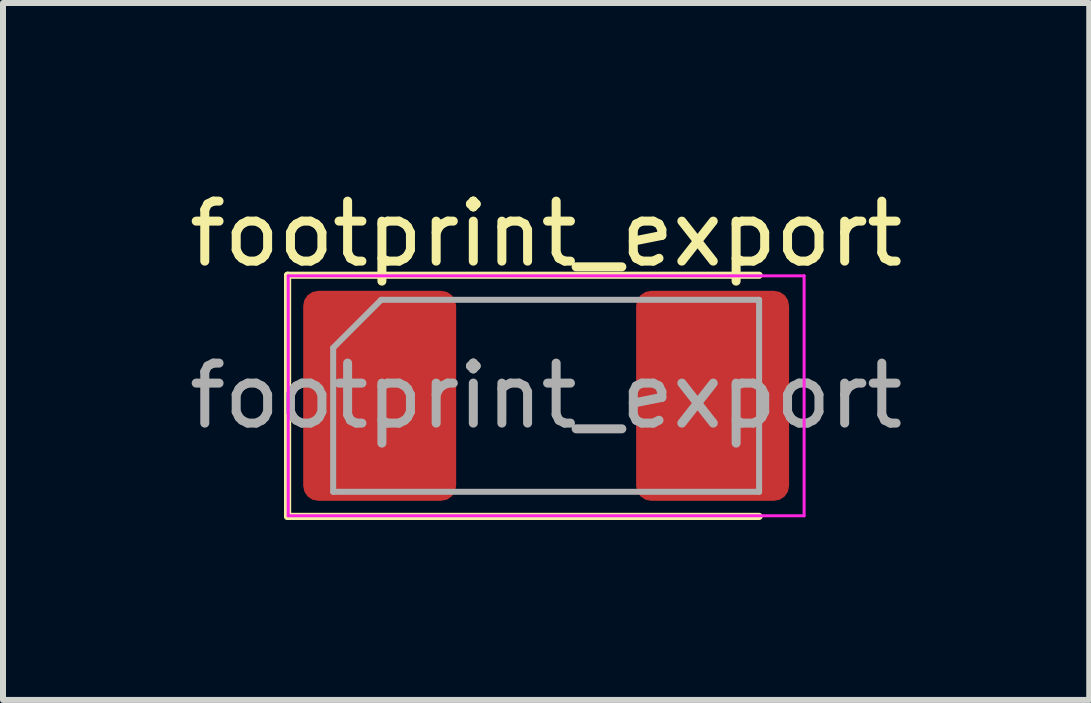
<source format=kicad_pcb>
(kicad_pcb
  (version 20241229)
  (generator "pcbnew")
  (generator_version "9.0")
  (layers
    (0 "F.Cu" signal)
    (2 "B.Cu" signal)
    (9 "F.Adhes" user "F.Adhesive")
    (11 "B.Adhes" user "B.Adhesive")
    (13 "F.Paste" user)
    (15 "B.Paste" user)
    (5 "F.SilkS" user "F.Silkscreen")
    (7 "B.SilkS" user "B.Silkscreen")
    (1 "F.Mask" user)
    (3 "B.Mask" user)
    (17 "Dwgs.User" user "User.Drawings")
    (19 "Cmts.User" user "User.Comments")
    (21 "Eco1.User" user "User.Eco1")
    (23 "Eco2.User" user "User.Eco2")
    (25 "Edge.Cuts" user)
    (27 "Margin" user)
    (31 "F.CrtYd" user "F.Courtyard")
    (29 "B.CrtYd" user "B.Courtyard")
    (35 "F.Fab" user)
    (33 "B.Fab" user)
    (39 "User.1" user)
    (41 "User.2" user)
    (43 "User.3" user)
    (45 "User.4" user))
  (footprint "footprint_export"
    (layer "F.Cu")
    (at 6.054 3.548)
    (property "Reference" "footprint_export" (at 0 -2.7 0) (layer "F.SilkS") (effects (font (size 1 1) (thickness 0.15))))
    (attr smd)
    (fp_line (start -4.31 -2.01) (end -4.31 2.01) (stroke (width 0.12) (type solid)) (layer "F.SilkS"))
    (fp_line (start -4.31 2.01) (end 3.55 2.01) (stroke (width 0.12) (type solid)) (layer "F.SilkS"))
    (fp_line (start 3.55 -2.01) (end -4.31 -2.01) (stroke (width 0.12) (type solid)) (layer "F.SilkS"))
    (fp_line (start -4.3 -2) (end 4.3 -2) (stroke (width 0.05) (type solid)) (layer "F.CrtYd"))
    (fp_line (start -4.3 2) (end -4.3 -2) (stroke (width 0.05) (type solid)) (layer "F.CrtYd"))
    (fp_line (start 4.3 -2) (end 4.3 2) (stroke (width 0.05) (type solid)) (layer "F.CrtYd"))
    (fp_line (start 4.3 2) (end -4.3 2) (stroke (width 0.05) (type solid)) (layer "F.CrtYd"))
    (fp_line (start -3.55 -0.8) (end -3.55 1.6) (stroke (width 0.1) (type solid)) (layer "F.Fab"))
    (fp_line (start -3.55 1.6) (end 3.55 1.6) (stroke (width 0.1) (type solid)) (layer "F.Fab"))
    (fp_line (start -2.75 -1.6) (end -3.55 -0.8) (stroke (width 0.1) (type solid)) (layer "F.Fab"))
    (fp_line (start 3.55 -1.6) (end -2.75 -1.6) (stroke (width 0.1) (type solid)) (layer "F.Fab"))
    (fp_line (start 3.55 1.6) (end 3.55 -1.6) (stroke (width 0.1) (type solid)) (layer "F.Fab"))
    (fp_text user "${REFERENCE}" (at 0 0 0) (layer "F.Fab") (effects (font (size 1 1) (thickness 0.15))))
    (pad "1" smd roundrect (at -2.775 0) (size 2.55 3.5) (layers "F.Cu" "F.Mask" "F.Paste") (roundrect_rratio 0.098))
    (pad "2" smd roundrect (at 2.775 0) (size 2.55 3.5) (layers "F.Cu" "F.Mask" "F.Paste") (roundrect_rratio 0.098)))
  (gr_rect
    (start -3 -3)
    (end 15.107 8.618)
    (stroke (width 0.1) (type default))
    (fill no)
    (layer "Edge.Cuts")))
</source>
